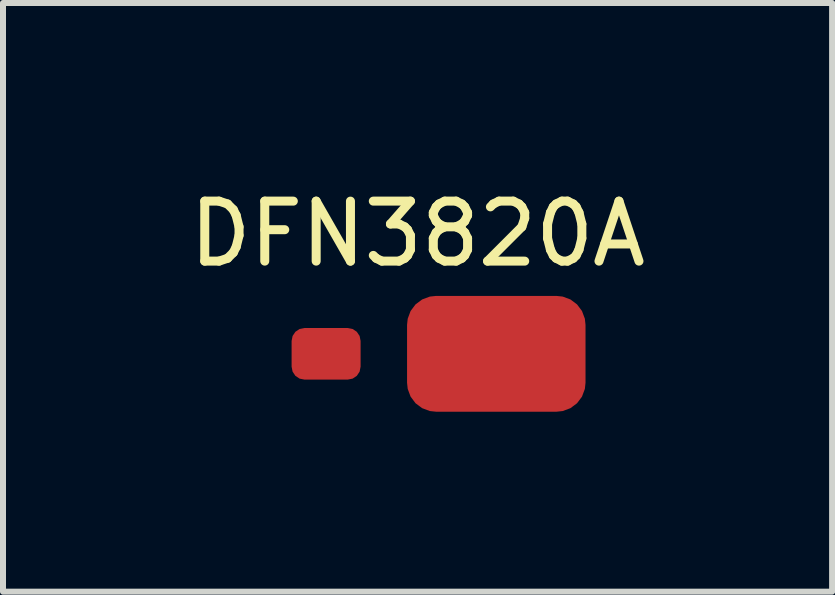
<source format=kicad_pcb>
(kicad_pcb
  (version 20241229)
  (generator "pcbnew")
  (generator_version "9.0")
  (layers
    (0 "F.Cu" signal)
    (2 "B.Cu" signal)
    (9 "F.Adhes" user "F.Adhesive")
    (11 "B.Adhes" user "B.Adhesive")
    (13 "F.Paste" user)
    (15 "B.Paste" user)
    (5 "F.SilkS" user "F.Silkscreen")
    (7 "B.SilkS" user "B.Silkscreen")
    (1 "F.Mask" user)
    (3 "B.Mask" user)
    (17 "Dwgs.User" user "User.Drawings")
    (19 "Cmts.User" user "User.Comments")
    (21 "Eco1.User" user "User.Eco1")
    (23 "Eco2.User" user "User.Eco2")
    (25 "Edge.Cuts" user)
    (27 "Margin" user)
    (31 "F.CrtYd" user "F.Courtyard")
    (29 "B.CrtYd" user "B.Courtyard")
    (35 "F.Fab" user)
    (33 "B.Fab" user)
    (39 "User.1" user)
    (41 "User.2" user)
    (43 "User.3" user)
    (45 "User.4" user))
  (footprint "DFN3820A"
    (layer "F.Cu")
    (at 3.711 2.848)
    (property "Reference" "DFN3820A" (at 0.2 -2 0) (unlocked yes) (layer "F.SilkS") (effects (font (size 1 1) (thickness 0.15))))
    (attr smd)
    (pad "1" smd roundrect (at -1.325 0) (size 1.15 0.86) (layers "F.Cu" "F.Mask" "F.Paste") (roundrect_rratio 0.25))
    (pad "2" smd roundrect (at 1.512 0) (size 2.975 1.93) (layers "F.Cu" "F.Mask" "F.Paste") (roundrect_rratio 0.25)))
  (gr_rect
    (start -3 -3)
    (end 10.821 6.813)
    (stroke (width 0.1) (type default))
    (fill no)
    (layer "Edge.Cuts")))
</source>
